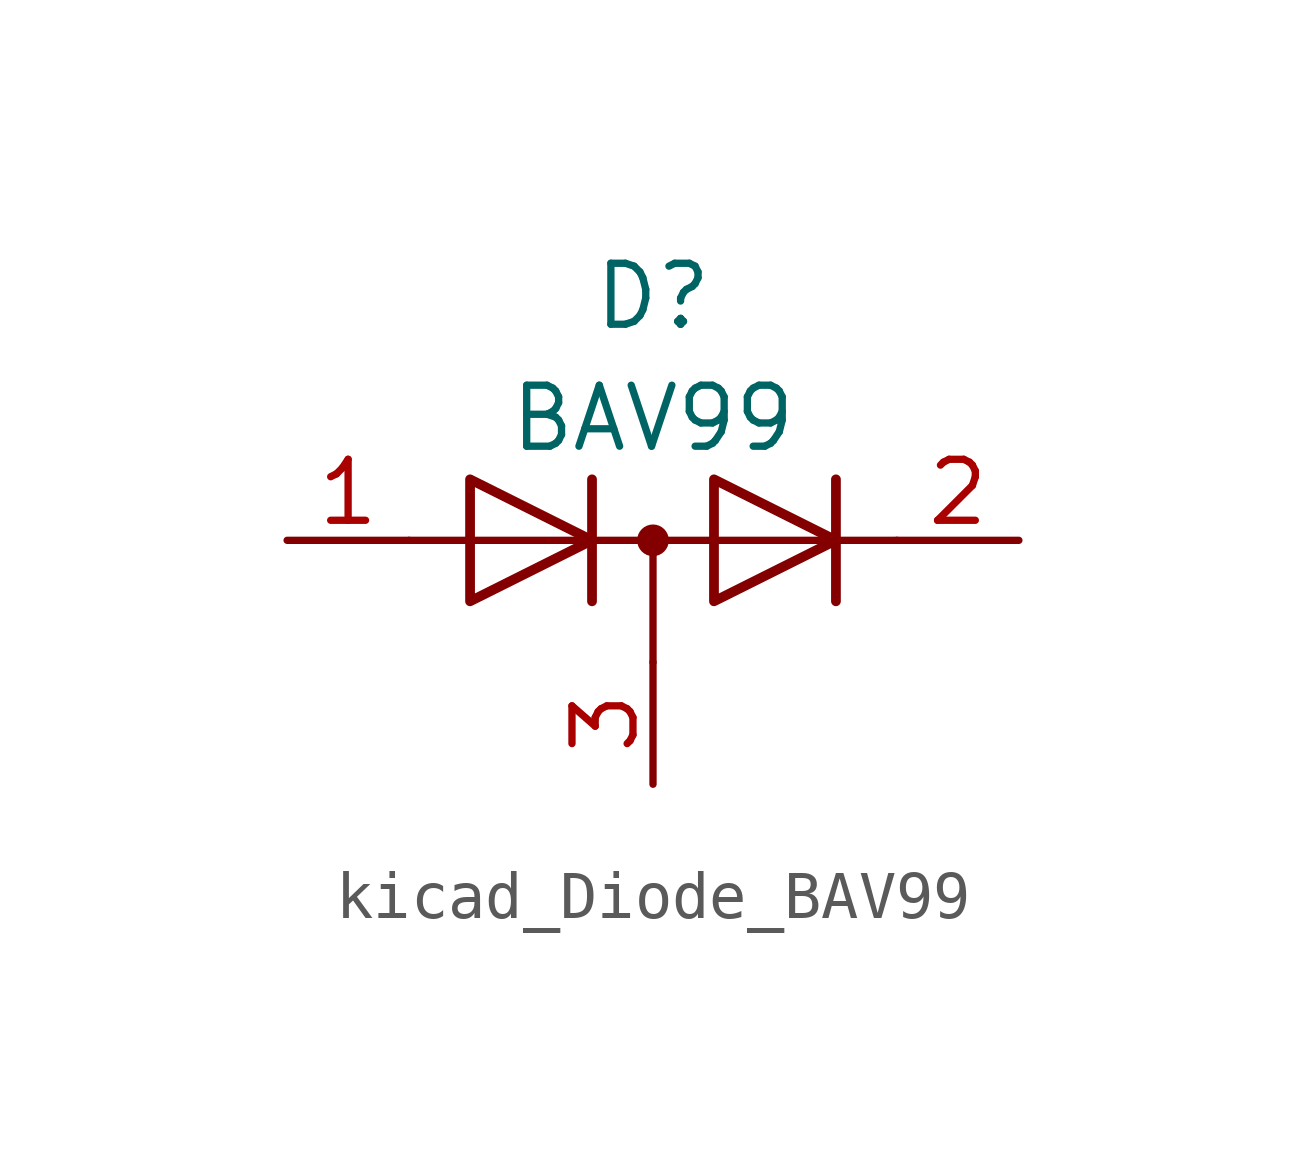
<source format=kicad_sym>
(kicad_symbol_lib
  (version 20220914)
  (generator kicad_symbol_editor)
  (symbol "kicad_Diode_BAV99"
    (pin_names hide)
    (property "Reference" "D"
      (at 0 5.08 0)
      (effects (font (size 1.27 1.27))))
    (property "Value" "BAV99"
      (at 0 2.54 0)
      (effects (font (size 1.27 1.27))))
    (symbol "kicad_Diode_BAV99_0_1"
      (polyline (pts (xy -5.08 0) (xy 5.08 0)) (stroke (width 0) (type default)) (fill (type none))))
    (symbol "kicad_Diode_BAV99_1_1"
      (polyline (pts (xy 0 0) (xy 0 -2.54)) (stroke (width 0) (type default)) (fill (type none)))
      (polyline (pts (xy -1.27 -1.27) (xy -1.27 1.27) (xy -1.27 1.27)) (stroke (width 0.203) (type default)) (fill (type none)))
      (polyline (pts (xy 3.81 1.27) (xy 3.81 -1.27) (xy 3.81 -1.27)) (stroke (width 0.203) (type default)) (fill (type none)))
      (polyline (pts (xy -3.81 1.27) (xy -1.27 0) (xy -3.81 -1.27) (xy -3.81 1.27) (xy -3.81 1.27) (xy -3.81 1.27)) (stroke (width 0.203) (type default)) (fill (type none)))
      (polyline (pts (xy 1.27 1.27) (xy 3.81 0) (xy 1.27 -1.27) (xy 1.27 1.27) (xy 1.27 1.27) (xy 1.27 1.27)) (stroke (width 0.203) (type default)) (fill (type none)))
      (circle (center 0 0) (radius 0.254) (stroke (width 0) (type default)) (fill (type outline)))
      (pin passive line (at -7.62 0 0) (length 2.54) (name "K" (effects (font (size 1.27 1.27)))) (number "1" (effects (font (size 1.27 1.27)))))
      (pin passive line (at 7.62 0 180) (length 2.54) (name "A" (effects (font (size 1.27 1.27)))) (number "2" (effects (font (size 1.27 1.27)))))
      (pin passive line (at 0 -5.08 90) (length 2.54) (name "K" (effects (font (size 1.27 1.27)))) (number "3" (effects (font (size 1.27 1.27))))))))
</source>
